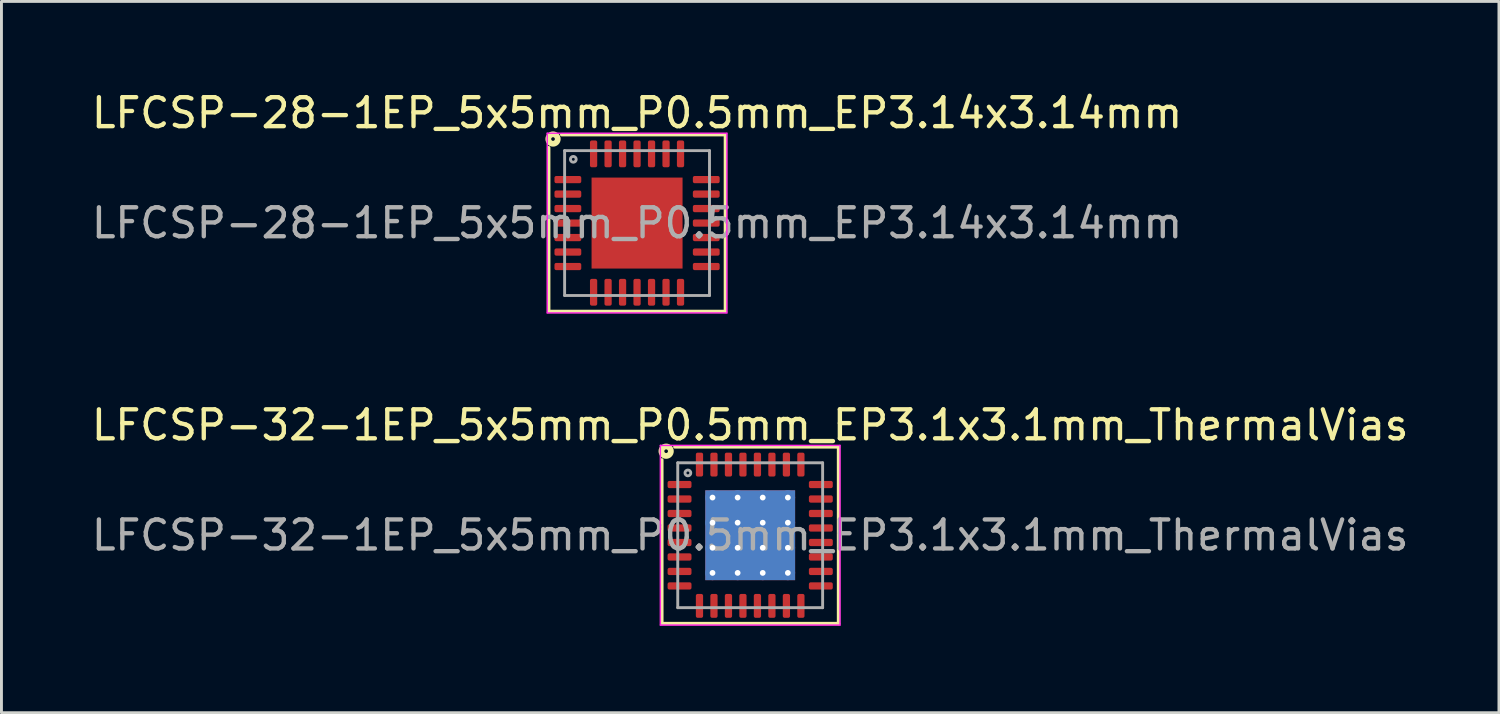
<source format=kicad_pcb>
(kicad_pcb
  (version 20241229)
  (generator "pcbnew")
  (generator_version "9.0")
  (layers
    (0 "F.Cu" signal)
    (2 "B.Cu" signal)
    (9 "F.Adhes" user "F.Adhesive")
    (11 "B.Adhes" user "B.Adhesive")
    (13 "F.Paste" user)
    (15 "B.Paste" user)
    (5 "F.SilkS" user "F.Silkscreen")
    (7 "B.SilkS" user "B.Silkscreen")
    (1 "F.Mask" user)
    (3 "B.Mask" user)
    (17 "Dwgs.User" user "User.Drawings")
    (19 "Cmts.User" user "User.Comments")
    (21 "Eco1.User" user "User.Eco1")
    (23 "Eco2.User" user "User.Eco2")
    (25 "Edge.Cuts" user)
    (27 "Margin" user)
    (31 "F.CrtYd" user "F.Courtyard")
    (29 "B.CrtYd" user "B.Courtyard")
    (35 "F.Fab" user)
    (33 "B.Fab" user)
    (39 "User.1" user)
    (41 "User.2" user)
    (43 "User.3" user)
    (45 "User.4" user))
  (footprint "LFCSP-28-1EP_5x5mm_P0.5mm_EP3.14x3.14mm"
    (layer "F.Cu")
    (at 18.935 4.648)
    (property "Reference" "LFCSP-28-1EP_5x5mm_P0.5mm_EP3.14x3.14mm" (at 0 -3.8 0) (layer "F.SilkS") (effects (font (size 1 1) (thickness 0.15))))
    (attr smd)
    (fp_line (start -3.05 3.05) (end -3.05 -2.6) (stroke (width 0.12) (type solid)) (layer "F.SilkS"))
    (fp_line (start 3.05 -3.05) (end -2.6 -3.05) (stroke (width 0.12) (type solid)) (layer "F.SilkS"))
    (fp_line (start 3.05 -3.05) (end 3.05 3.05) (stroke (width 0.12) (type solid)) (layer "F.SilkS"))
    (fp_line (start 3.05 3.05) (end -3.05 3.05) (stroke (width 0.12) (type solid)) (layer "F.SilkS"))
    (fp_circle (center -2.9 -2.9) (end -2.837 -2.9) (stroke (width 0.2) (type solid)) (fill no) (layer "F.SilkS"))
    (fp_line (start -3.1 -3.1) (end -3.1 3.1) (stroke (width 0.05) (type solid)) (layer "F.CrtYd"))
    (fp_line (start -3.1 3.1) (end 3.1 3.1) (stroke (width 0.05) (type solid)) (layer "F.CrtYd"))
    (fp_line (start 3.1 -3.1) (end -3.1 -3.1) (stroke (width 0.05) (type solid)) (layer "F.CrtYd"))
    (fp_line (start 3.1 3.1) (end 3.1 -3.1) (stroke (width 0.05) (type solid)) (layer "F.CrtYd"))
    (fp_line (start -2.5 -2.5) (end 2.5 -2.5) (stroke (width 0.1) (type solid)) (layer "F.Fab"))
    (fp_line (start -2.5 2.5) (end -2.5 -2.5) (stroke (width 0.1) (type solid)) (layer "F.Fab"))
    (fp_line (start 2.5 -2.5) (end 2.5 2.5) (stroke (width 0.1) (type solid)) (layer "F.Fab"))
    (fp_line (start 2.5 2.5) (end -2.5 2.5) (stroke (width 0.1) (type solid)) (layer "F.Fab"))
    (fp_circle (center -2.2 -2.2) (end -2.1 -2.2) (stroke (width 0.1) (type solid)) (fill no) (layer "F.Fab"))
    (fp_text user "${REFERENCE}" (at 0 0 0) (layer "F.Fab") (effects (font (size 1 1) (thickness 0.15))))
    (pad "" smd roundrect (at -0.785 -0.785) (size 1.27 1.27) (layers "F.Paste") (roundrect_rratio 0.197))
    (pad "" smd roundrect (at -0.785 0.785) (size 1.27 1.27) (layers "F.Paste") (roundrect_rratio 0.197))
    (pad "" smd roundrect (at 0.785 -0.785) (size 1.27 1.27) (layers "F.Paste") (roundrect_rratio 0.197))
    (pad "" smd roundrect (at 0.785 0.785) (size 1.27 1.27) (layers "F.Paste") (roundrect_rratio 0.197))
    (pad "1" smd roundrect (at -2.388 -1.5) (size 0.925 0.25) (layers "F.Cu" "F.Mask" "F.Paste") (roundrect_rratio 0.25))
    (pad "2" smd roundrect (at -2.388 -1) (size 0.925 0.25) (layers "F.Cu" "F.Mask" "F.Paste") (roundrect_rratio 0.25))
    (pad "3" smd roundrect (at -2.388 -0.5) (size 0.925 0.25) (layers "F.Cu" "F.Mask" "F.Paste") (roundrect_rratio 0.25))
    (pad "4" smd roundrect (at -2.388 0) (size 0.925 0.25) (layers "F.Cu" "F.Mask" "F.Paste") (roundrect_rratio 0.25))
    (pad "5" smd roundrect (at -2.388 0.5) (size 0.925 0.25) (layers "F.Cu" "F.Mask" "F.Paste") (roundrect_rratio 0.25))
    (pad "6" smd roundrect (at -2.388 1) (size 0.925 0.25) (layers "F.Cu" "F.Mask" "F.Paste") (roundrect_rratio 0.25))
    (pad "7" smd roundrect (at -2.388 1.5) (size 0.925 0.25) (layers "F.Cu" "F.Mask" "F.Paste") (roundrect_rratio 0.25))
    (pad "8" smd roundrect (at -1.5 2.388) (size 0.25 0.925) (layers "F.Cu" "F.Mask" "F.Paste") (roundrect_rratio 0.25))
    (pad "9" smd roundrect (at -1 2.388) (size 0.25 0.925) (layers "F.Cu" "F.Mask" "F.Paste") (roundrect_rratio 0.25))
    (pad "10" smd roundrect (at -0.5 2.388) (size 0.25 0.925) (layers "F.Cu" "F.Mask" "F.Paste") (roundrect_rratio 0.25))
    (pad "11" smd roundrect (at 0 2.388) (size 0.25 0.925) (layers "F.Cu" "F.Mask" "F.Paste") (roundrect_rratio 0.25))
    (pad "12" smd roundrect (at 0.5 2.388) (size 0.25 0.925) (layers "F.Cu" "F.Mask" "F.Paste") (roundrect_rratio 0.25))
    (pad "13" smd roundrect (at 1 2.388) (size 0.25 0.925) (layers "F.Cu" "F.Mask" "F.Paste") (roundrect_rratio 0.25))
    (pad "14" smd roundrect (at 1.5 2.388) (size 0.25 0.925) (layers "F.Cu" "F.Mask" "F.Paste") (roundrect_rratio 0.25))
    (pad "15" smd roundrect (at 2.388 1.5) (size 0.925 0.25) (layers "F.Cu" "F.Mask" "F.Paste") (roundrect_rratio 0.25))
    (pad "16" smd roundrect (at 2.388 1) (size 0.925 0.25) (layers "F.Cu" "F.Mask" "F.Paste") (roundrect_rratio 0.25))
    (pad "17" smd roundrect (at 2.388 0.5) (size 0.925 0.25) (layers "F.Cu" "F.Mask" "F.Paste") (roundrect_rratio 0.25))
    (pad "18" smd roundrect (at 2.388 0) (size 0.925 0.25) (layers "F.Cu" "F.Mask" "F.Paste") (roundrect_rratio 0.25))
    (pad "19" smd roundrect (at 2.388 -0.5) (size 0.925 0.25) (layers "F.Cu" "F.Mask" "F.Paste") (roundrect_rratio 0.25))
    (pad "20" smd roundrect (at 2.388 -1) (size 0.925 0.25) (layers "F.Cu" "F.Mask" "F.Paste") (roundrect_rratio 0.25))
    (pad "21" smd roundrect (at 2.388 -1.5) (size 0.925 0.25) (layers "F.Cu" "F.Mask" "F.Paste") (roundrect_rratio 0.25))
    (pad "22" smd roundrect (at 1.5 -2.388) (size 0.25 0.925) (layers "F.Cu" "F.Mask" "F.Paste") (roundrect_rratio 0.25))
    (pad "23" smd roundrect (at 1 -2.388) (size 0.25 0.925) (layers "F.Cu" "F.Mask" "F.Paste") (roundrect_rratio 0.25))
    (pad "24" smd roundrect (at 0.5 -2.388) (size 0.25 0.925) (layers "F.Cu" "F.Mask" "F.Paste") (roundrect_rratio 0.25))
    (pad "25" smd roundrect (at 0 -2.388) (size 0.25 0.925) (layers "F.Cu" "F.Mask" "F.Paste") (roundrect_rratio 0.25))
    (pad "26" smd roundrect (at -0.5 -2.388) (size 0.25 0.925) (layers "F.Cu" "F.Mask" "F.Paste") (roundrect_rratio 0.25))
    (pad "27" smd roundrect (at -1 -2.388) (size 0.25 0.925) (layers "F.Cu" "F.Mask" "F.Paste") (roundrect_rratio 0.25))
    (pad "28" smd roundrect (at -1.5 -2.388) (size 0.25 0.925) (layers "F.Cu" "F.Mask" "F.Paste") (roundrect_rratio 0.25))
    (pad "29" smd rect (at 0 0) (size 3.14 3.14) (layers "F.Cu" "F.Mask")))
  (footprint "LFCSP-32-1EP_5x5mm_P0.5mm_EP3.1x3.1mm_ThermalVias"
    (layer "F.Cu")
    (at 22.839 15.421)
    (property "Reference" "LFCSP-32-1EP_5x5mm_P0.5mm_EP3.1x3.1mm_ThermalVias" (at 0 -3.8 0) (layer "F.SilkS") (effects (font (size 1 1) (thickness 0.15))))
    (attr smd)
    (fp_line (start -3.05 3.05) (end -3.05 -2.6) (stroke (width 0.12) (type solid)) (layer "F.SilkS"))
    (fp_line (start 3.05 -3.05) (end -2.6 -3.05) (stroke (width 0.12) (type solid)) (layer "F.SilkS"))
    (fp_line (start 3.05 -3.05) (end 3.05 3.05) (stroke (width 0.12) (type solid)) (layer "F.SilkS"))
    (fp_line (start 3.05 3.05) (end -3.05 3.05) (stroke (width 0.12) (type solid)) (layer "F.SilkS"))
    (fp_circle (center -2.9 -2.9) (end -2.837 -2.9) (stroke (width 0.2) (type solid)) (fill no) (layer "F.SilkS"))
    (fp_line (start -3.1 -3.1) (end -3.1 3.1) (stroke (width 0.05) (type solid)) (layer "F.CrtYd"))
    (fp_line (start -3.1 3.1) (end 3.1 3.1) (stroke (width 0.05) (type solid)) (layer "F.CrtYd"))
    (fp_line (start 3.1 -3.1) (end -3.1 -3.1) (stroke (width 0.05) (type solid)) (layer "F.CrtYd"))
    (fp_line (start 3.1 3.1) (end 3.1 -3.1) (stroke (width 0.05) (type solid)) (layer "F.CrtYd"))
    (fp_line (start -2.5 -2.5) (end 2.5 -2.5) (stroke (width 0.1) (type solid)) (layer "F.Fab"))
    (fp_line (start -2.5 2.5) (end -2.5 -2.5) (stroke (width 0.1) (type solid)) (layer "F.Fab"))
    (fp_line (start 2.5 -2.5) (end 2.5 2.5) (stroke (width 0.1) (type solid)) (layer "F.Fab"))
    (fp_line (start 2.5 2.5) (end -2.5 2.5) (stroke (width 0.1) (type solid)) (layer "F.Fab"))
    (fp_circle (center -2.15 -2.15) (end -2.05 -2.15) (stroke (width 0.1) (type solid)) (fill no) (layer "F.Fab"))
    (fp_text user "${REFERENCE}" (at 0 0 0) (layer "F.Fab") (effects (font (size 1 1) (thickness 0.15))))
    (pad "" smd custom (at -0.867 -0.867) (size 0.657 0.657) (layers "F.Paste") (options (anchor circle)) (primitives (gr_poly (pts (xy 0.24 -0.094) (xy 0.24 0.094) (xy 0.094 0.24) (xy -0.094 0.24) (xy -0.24 0.094) (xy -0.24 -0.094) (xy -0.094 -0.24) (xy 0.094 -0.24)) (width 0.353) (fill yes))))
    (pad "" smd custom (at -0.867 0) (size 0.657 0.657) (layers "F.Paste") (options (anchor circle)) (primitives (gr_poly (pts (xy 0.24 -0.094) (xy 0.24 0.094) (xy 0.094 0.24) (xy -0.094 0.24) (xy -0.24 0.094) (xy -0.24 -0.094) (xy -0.094 -0.24) (xy 0.094 -0.24)) (width 0.353) (fill yes))))
    (pad "" smd custom (at -0.867 0.867) (size 0.657 0.657) (layers "F.Paste") (options (anchor circle)) (primitives (gr_poly (pts (xy 0.24 -0.094) (xy 0.24 0.094) (xy 0.094 0.24) (xy -0.094 0.24) (xy -0.24 0.094) (xy -0.24 -0.094) (xy -0.094 -0.24) (xy 0.094 -0.24)) (width 0.353) (fill yes))))
    (pad "" smd custom (at 0 -0.867) (size 0.657 0.657) (layers "F.Paste") (options (anchor circle)) (primitives (gr_poly (pts (xy 0.24 -0.094) (xy 0.24 0.094) (xy 0.094 0.24) (xy -0.094 0.24) (xy -0.24 0.094) (xy -0.24 -0.094) (xy -0.094 -0.24) (xy 0.094 -0.24)) (width 0.353) (fill yes))))
    (pad "" smd custom (at 0 0) (size 0.657 0.657) (layers "F.Paste") (options (anchor circle)) (primitives (gr_poly (pts (xy 0.24 -0.094) (xy 0.24 0.094) (xy 0.094 0.24) (xy -0.094 0.24) (xy -0.24 0.094) (xy -0.24 -0.094) (xy -0.094 -0.24) (xy 0.094 -0.24)) (width 0.353) (fill yes))))
    (pad "" smd custom (at 0 0.867) (size 0.657 0.657) (layers "F.Paste") (options (anchor circle)) (primitives (gr_poly (pts (xy 0.24 -0.094) (xy 0.24 0.094) (xy 0.094 0.24) (xy -0.094 0.24) (xy -0.24 0.094) (xy -0.24 -0.094) (xy -0.094 -0.24) (xy 0.094 -0.24)) (width 0.353) (fill yes))))
    (pad "" smd custom (at 0.867 -0.867) (size 0.657 0.657) (layers "F.Paste") (options (anchor circle)) (primitives (gr_poly (pts (xy 0.24 -0.094) (xy 0.24 0.094) (xy 0.094 0.24) (xy -0.094 0.24) (xy -0.24 0.094) (xy -0.24 -0.094) (xy -0.094 -0.24) (xy 0.094 -0.24)) (width 0.353) (fill yes))))
    (pad "" smd custom (at 0.867 0) (size 0.657 0.657) (layers "F.Paste") (options (anchor circle)) (primitives (gr_poly (pts (xy 0.24 -0.094) (xy 0.24 0.094) (xy 0.094 0.24) (xy -0.094 0.24) (xy -0.24 0.094) (xy -0.24 -0.094) (xy -0.094 -0.24) (xy 0.094 -0.24)) (width 0.353) (fill yes))))
    (pad "" smd custom (at 0.867 0.867) (size 0.657 0.657) (layers "F.Paste") (options (anchor circle)) (primitives (gr_poly (pts (xy 0.24 -0.094) (xy 0.24 0.094) (xy 0.094 0.24) (xy -0.094 0.24) (xy -0.24 0.094) (xy -0.24 -0.094) (xy -0.094 -0.24) (xy 0.094 -0.24)) (width 0.353) (fill yes))))
    (pad "1" smd roundrect (at -2.438 -1.75) (size 0.825 0.25) (layers "F.Cu" "F.Mask" "F.Paste") (roundrect_rratio 0.25))
    (pad "2" smd roundrect (at -2.438 -1.25) (size 0.825 0.25) (layers "F.Cu" "F.Mask" "F.Paste") (roundrect_rratio 0.25))
    (pad "3" smd roundrect (at -2.438 -0.75) (size 0.825 0.25) (layers "F.Cu" "F.Mask" "F.Paste") (roundrect_rratio 0.25))
    (pad "4" smd roundrect (at -2.438 -0.25) (size 0.825 0.25) (layers "F.Cu" "F.Mask" "F.Paste") (roundrect_rratio 0.25))
    (pad "5" smd roundrect (at -2.438 0.25) (size 0.825 0.25) (layers "F.Cu" "F.Mask" "F.Paste") (roundrect_rratio 0.25))
    (pad "6" smd roundrect (at -2.438 0.75) (size 0.825 0.25) (layers "F.Cu" "F.Mask" "F.Paste") (roundrect_rratio 0.25))
    (pad "7" smd roundrect (at -2.438 1.25) (size 0.825 0.25) (layers "F.Cu" "F.Mask" "F.Paste") (roundrect_rratio 0.25))
    (pad "8" smd roundrect (at -2.438 1.75) (size 0.825 0.25) (layers "F.Cu" "F.Mask" "F.Paste") (roundrect_rratio 0.25))
    (pad "9" smd roundrect (at -1.75 2.438) (size 0.25 0.825) (layers "F.Cu" "F.Mask" "F.Paste") (roundrect_rratio 0.25))
    (pad "10" smd roundrect (at -1.25 2.438) (size 0.25 0.825) (layers "F.Cu" "F.Mask" "F.Paste") (roundrect_rratio 0.25))
    (pad "11" smd roundrect (at -0.75 2.438) (size 0.25 0.825) (layers "F.Cu" "F.Mask" "F.Paste") (roundrect_rratio 0.25))
    (pad "12" smd roundrect (at -0.25 2.438) (size 0.25 0.825) (layers "F.Cu" "F.Mask" "F.Paste") (roundrect_rratio 0.25))
    (pad "13" smd roundrect (at 0.25 2.438) (size 0.25 0.825) (layers "F.Cu" "F.Mask" "F.Paste") (roundrect_rratio 0.25))
    (pad "14" smd roundrect (at 0.75 2.438) (size 0.25 0.825) (layers "F.Cu" "F.Mask" "F.Paste") (roundrect_rratio 0.25))
    (pad "15" smd roundrect (at 1.25 2.438) (size 0.25 0.825) (layers "F.Cu" "F.Mask" "F.Paste") (roundrect_rratio 0.25))
    (pad "16" smd roundrect (at 1.75 2.438) (size 0.25 0.825) (layers "F.Cu" "F.Mask" "F.Paste") (roundrect_rratio 0.25))
    (pad "17" smd roundrect (at 2.438 1.75) (size 0.825 0.25) (layers "F.Cu" "F.Mask" "F.Paste") (roundrect_rratio 0.25))
    (pad "18" smd roundrect (at 2.438 1.25) (size 0.825 0.25) (layers "F.Cu" "F.Mask" "F.Paste") (roundrect_rratio 0.25))
    (pad "19" smd roundrect (at 2.438 0.75) (size 0.825 0.25) (layers "F.Cu" "F.Mask" "F.Paste") (roundrect_rratio 0.25))
    (pad "20" smd roundrect (at 2.438 0.25) (size 0.825 0.25) (layers "F.Cu" "F.Mask" "F.Paste") (roundrect_rratio 0.25))
    (pad "21" smd roundrect (at 2.438 -0.25) (size 0.825 0.25) (layers "F.Cu" "F.Mask" "F.Paste") (roundrect_rratio 0.25))
    (pad "22" smd roundrect (at 2.438 -0.75) (size 0.825 0.25) (layers "F.Cu" "F.Mask" "F.Paste") (roundrect_rratio 0.25))
    (pad "23" smd roundrect (at 2.438 -1.25) (size 0.825 0.25) (layers "F.Cu" "F.Mask" "F.Paste") (roundrect_rratio 0.25))
    (pad "24" smd roundrect (at 2.438 -1.75) (size 0.825 0.25) (layers "F.Cu" "F.Mask" "F.Paste") (roundrect_rratio 0.25))
    (pad "25" smd roundrect (at 1.75 -2.438) (size 0.25 0.825) (layers "F.Cu" "F.Mask" "F.Paste") (roundrect_rratio 0.25))
    (pad "26" smd roundrect (at 1.25 -2.438) (size 0.25 0.825) (layers "F.Cu" "F.Mask" "F.Paste") (roundrect_rratio 0.25))
    (pad "27" smd roundrect (at 0.75 -2.438) (size 0.25 0.825) (layers "F.Cu" "F.Mask" "F.Paste") (roundrect_rratio 0.25))
    (pad "28" smd roundrect (at 0.25 -2.438) (size 0.25 0.825) (layers "F.Cu" "F.Mask" "F.Paste") (roundrect_rratio 0.25))
    (pad "29" smd roundrect (at -0.25 -2.438) (size 0.25 0.825) (layers "F.Cu" "F.Mask" "F.Paste") (roundrect_rratio 0.25))
    (pad "30" smd roundrect (at -0.75 -2.438) (size 0.25 0.825) (layers "F.Cu" "F.Mask" "F.Paste") (roundrect_rratio 0.25))
    (pad "31" smd roundrect (at -1.25 -2.438) (size 0.25 0.825) (layers "F.Cu" "F.Mask" "F.Paste") (roundrect_rratio 0.25))
    (pad "32" smd roundrect (at -1.75 -2.438) (size 0.25 0.825) (layers "F.Cu" "F.Mask" "F.Paste") (roundrect_rratio 0.25))
    (pad "33" thru_hole circle (at -1.3 -1.3) (size 0.5 0.5) (drill 0.2) (layers "*.Cu"))
    (pad "33" thru_hole circle (at -1.3 -0.433) (size 0.5 0.5) (drill 0.2) (layers "*.Cu"))
    (pad "33" thru_hole circle (at -1.3 0.433) (size 0.5 0.5) (drill 0.2) (layers "*.Cu"))
    (pad "33" thru_hole circle (at -1.3 1.3) (size 0.5 0.5) (drill 0.2) (layers "*.Cu"))
    (pad "33" thru_hole circle (at -0.433 -1.3) (size 0.5 0.5) (drill 0.2) (layers "*.Cu"))
    (pad "33" thru_hole circle (at -0.433 -0.433) (size 0.5 0.5) (drill 0.2) (layers "*.Cu"))
    (pad "33" thru_hole circle (at -0.433 0.433) (size 0.5 0.5) (drill 0.2) (layers "*.Cu"))
    (pad "33" thru_hole circle (at -0.433 1.3) (size 0.5 0.5) (drill 0.2) (layers "*.Cu"))
    (pad "33" smd rect (at 0 0) (size 3.1 3.1) (layers "F.Cu" "F.Mask"))
    (pad "33" smd rect (at 0 0) (size 3.1 3.1) (layers "B.Cu" "B.Mask"))
    (pad "33" thru_hole circle (at 0.433 -1.3) (size 0.5 0.5) (drill 0.2) (layers "*.Cu"))
    (pad "33" thru_hole circle (at 0.433 -0.433) (size 0.5 0.5) (drill 0.2) (layers "*.Cu"))
    (pad "33" thru_hole circle (at 0.433 0.433) (size 0.5 0.5) (drill 0.2) (layers "*.Cu"))
    (pad "33" thru_hole circle (at 0.433 1.3) (size 0.5 0.5) (drill 0.2) (layers "*.Cu"))
    (pad "33" thru_hole circle (at 1.3 -1.3) (size 0.5 0.5) (drill 0.2) (layers "*.Cu"))
    (pad "33" thru_hole circle (at 1.3 -0.433) (size 0.5 0.5) (drill 0.2) (layers "*.Cu"))
    (pad "33" thru_hole circle (at 1.3 0.433) (size 0.5 0.5) (drill 0.2) (layers "*.Cu"))
    (pad "33" thru_hole circle (at 1.3 1.3) (size 0.5 0.5) (drill 0.2) (layers "*.Cu")))
  (gr_rect
    (start -3 -3)
    (end 48.679 21.547)
    (stroke (width 0.1) (type default))
    (fill no)
    (layer "Edge.Cuts")))
</source>
